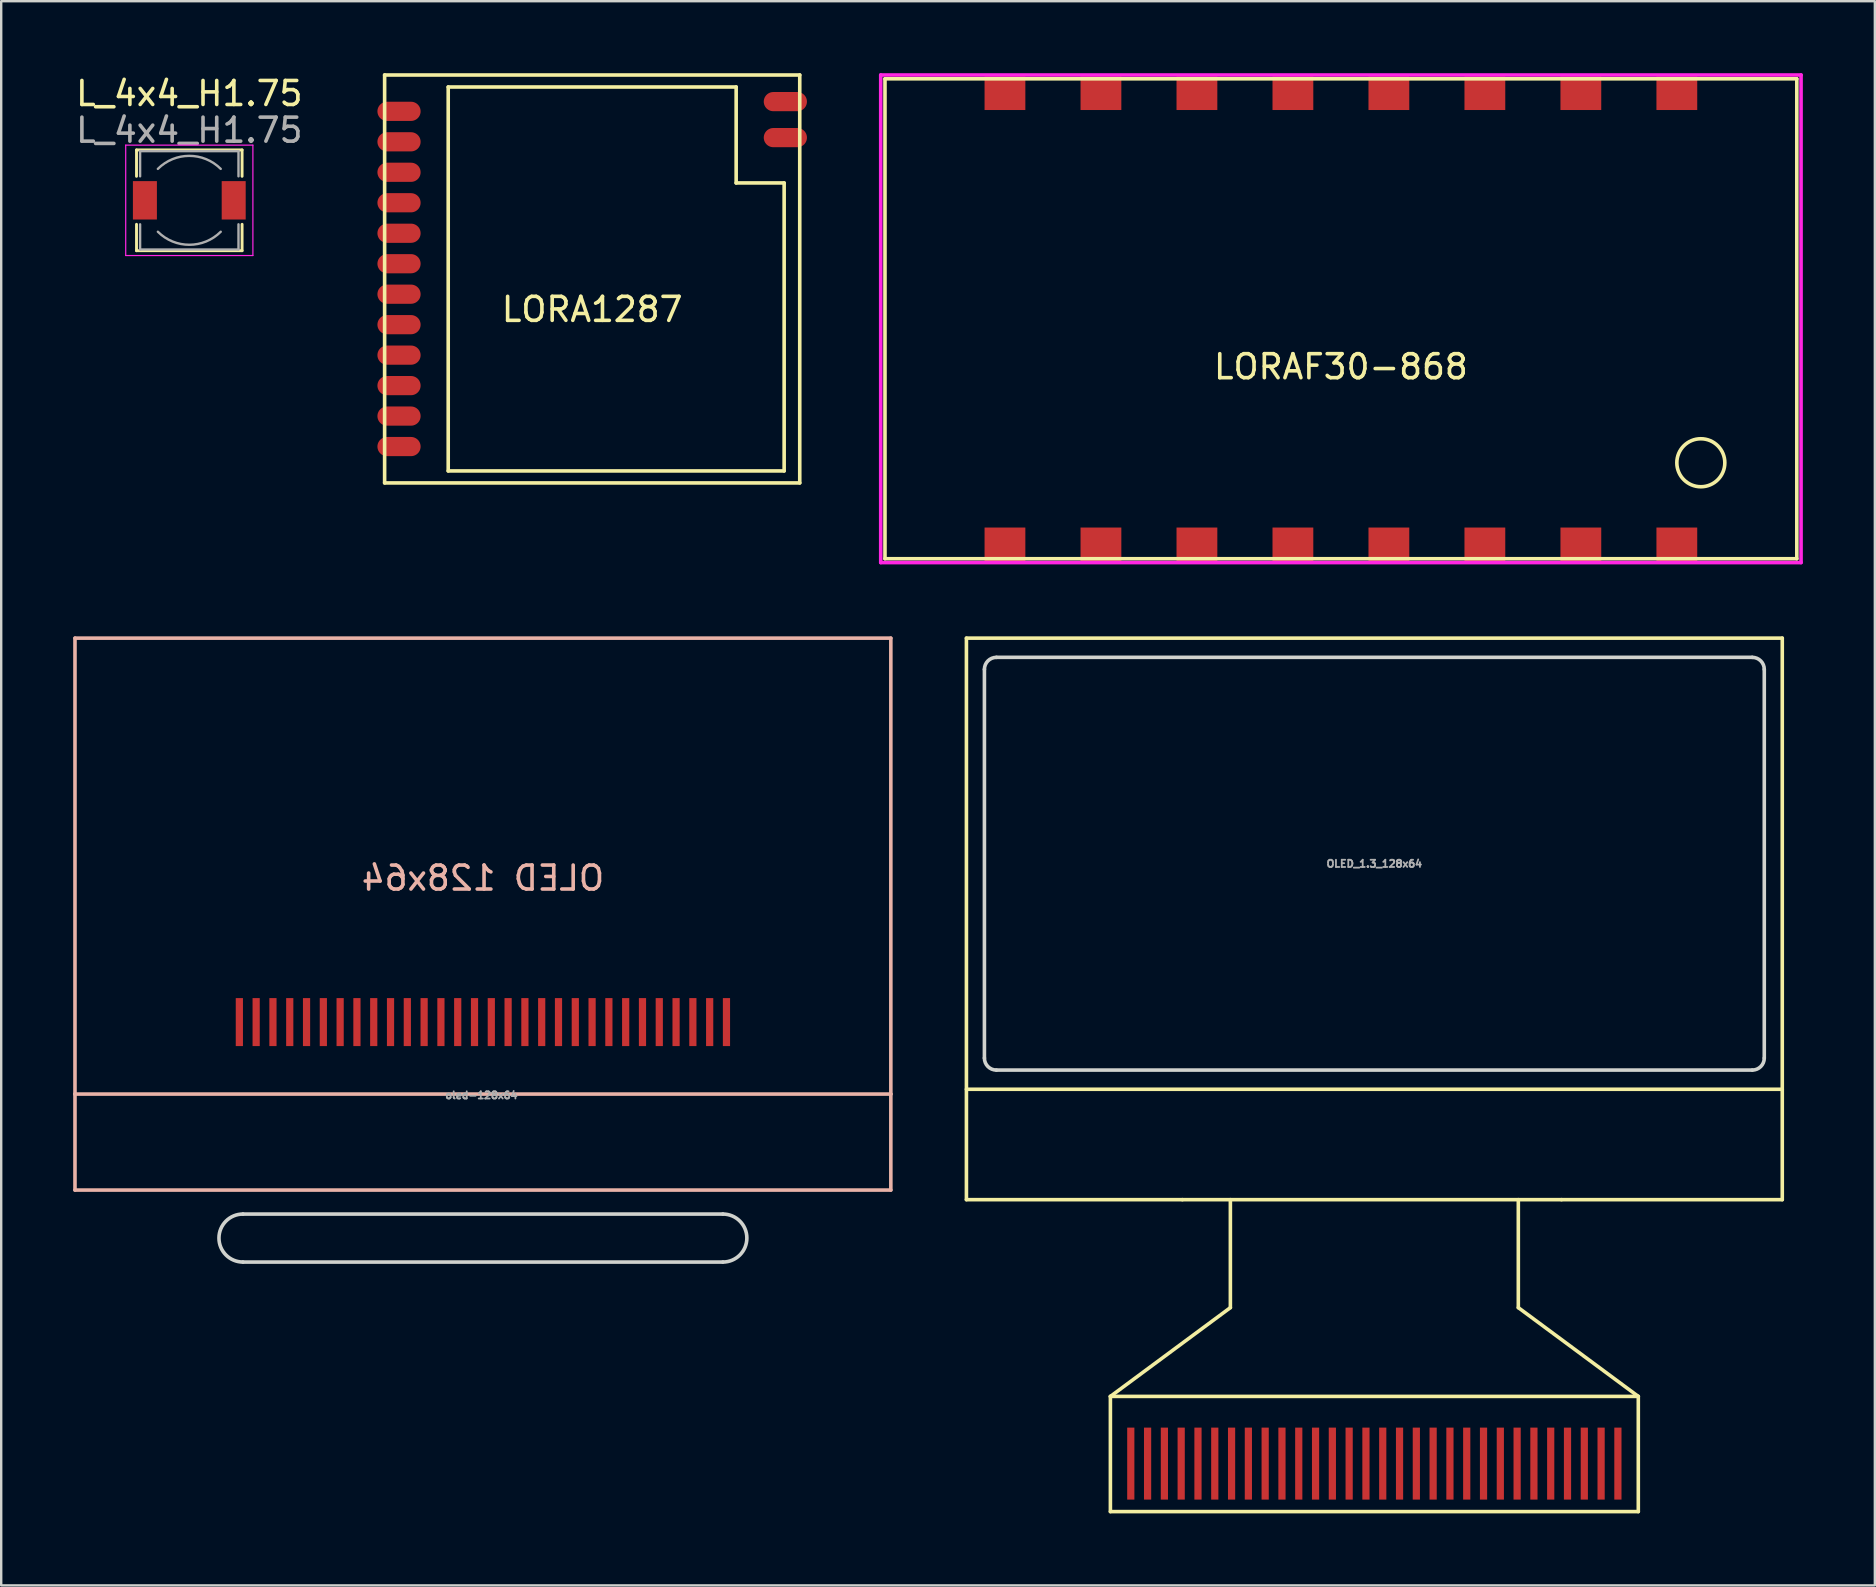
<source format=kicad_pcb>
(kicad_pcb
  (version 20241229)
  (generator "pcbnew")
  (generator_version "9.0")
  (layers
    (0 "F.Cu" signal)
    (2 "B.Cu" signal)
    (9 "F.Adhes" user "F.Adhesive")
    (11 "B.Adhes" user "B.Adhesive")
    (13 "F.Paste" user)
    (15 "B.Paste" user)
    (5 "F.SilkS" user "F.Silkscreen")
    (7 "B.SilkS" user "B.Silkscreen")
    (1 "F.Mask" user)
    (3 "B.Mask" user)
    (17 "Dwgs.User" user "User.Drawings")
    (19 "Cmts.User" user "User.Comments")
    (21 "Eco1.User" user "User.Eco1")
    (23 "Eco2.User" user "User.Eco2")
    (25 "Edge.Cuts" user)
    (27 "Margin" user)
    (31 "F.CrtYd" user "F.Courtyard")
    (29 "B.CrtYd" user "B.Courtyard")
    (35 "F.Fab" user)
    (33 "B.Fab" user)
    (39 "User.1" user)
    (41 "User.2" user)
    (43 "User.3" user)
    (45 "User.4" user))
  (footprint "L_4x4_H1.75"
    (layer "F.Cu")
    (at 4.839 5.298)
    (property "Reference" "L_4x4_H1.75" (at 0 -4.45 0) (layer "F.SilkS") (effects (font (size 1 1) (thickness 0.15))))
    (attr smd)
    (fp_line (start -2.2 -2.1) (end 2.2 -2.1) (stroke (width 0.12) (type solid)) (layer "F.SilkS"))
    (fp_line (start -2.2 -1) (end -2.2 -2.1) (stroke (width 0.12) (type solid)) (layer "F.SilkS"))
    (fp_line (start -2.2 2.1) (end -2.2 1) (stroke (width 0.12) (type solid)) (layer "F.SilkS"))
    (fp_line (start 2.2 -2.1) (end 2.2 -1) (stroke (width 0.12) (type solid)) (layer "F.SilkS"))
    (fp_line (start 2.2 1) (end 2.2 2.1) (stroke (width 0.12) (type solid)) (layer "F.SilkS"))
    (fp_line (start 2.2 2.1) (end -2.2 2.1) (stroke (width 0.12) (type solid)) (layer "F.SilkS"))
    (fp_line (start -2.65 -2.3) (end -2.65 2.3) (stroke (width 0.05) (type solid)) (layer "F.CrtYd"))
    (fp_line (start -2.65 2.3) (end 2.65 2.3) (stroke (width 0.05) (type solid)) (layer "F.CrtYd"))
    (fp_line (start 2.65 -2.3) (end -2.65 -2.3) (stroke (width 0.05) (type solid)) (layer "F.CrtYd"))
    (fp_line (start 2.65 2.3) (end 2.65 -2.3) (stroke (width 0.05) (type solid)) (layer "F.CrtYd"))
    (fp_line (start -2.05 -2.05) (end -2.05 -1) (stroke (width 0.1) (type solid)) (layer "F.Fab"))
    (fp_line (start -2.05 -2.05) (end 2.05 -2.05) (stroke (width 0.1) (type solid)) (layer "F.Fab"))
    (fp_line (start -2.05 2.05) (end -2.05 1) (stroke (width 0.1) (type solid)) (layer "F.Fab"))
    (fp_line (start -2.05 2.05) (end 2.05 2.05) (stroke (width 0.1) (type solid)) (layer "F.Fab"))
    (fp_line (start 2.05 -2.05) (end 2.05 -1) (stroke (width 0.1) (type solid)) (layer "F.Fab"))
    (fp_line (start 2.05 2.05) (end 2.05 1) (stroke (width 0.1) (type solid)) (layer "F.Fab"))
    (fp_arc (start -1.31 -1.31) (mid 0 -1.85262) (end 1.31 -1.31) (stroke (width 0.1) (type solid)) (layer "F.Fab"))
    (fp_arc (start 1.31 1.31) (mid 0 1.85262) (end -1.31 1.31) (stroke (width 0.1) (type solid)) (layer "F.Fab"))
    (fp_text user "${REFERENCE}" (at 0 -2.921 0) (layer "F.Fab") (effects (font (size 1 1) (thickness 0.15))))
    (pad "1" smd rect (at -1.85 0) (size 1 1.6) (layers "F.Cu" "F.Mask" "F.Paste"))
    (pad "2" smd rect (at 1.85 0) (size 1 1.6) (layers "F.Cu" "F.Mask" "F.Paste")))
  (footprint "OLED_1.3_128x64"
    (layer "F.Cu")
    (at 54.225 32.945)
    (property "Reference" "OLED_1.3_128x64" (at 0 0 0) (layer "F.Fab") (effects (font (size 0.3 0.3) (thickness 0.075))))
    (attr smd)
    (fp_line (start -17 -9.4) (end 17 -9.4) (stroke (width 0.15) (type solid)) (layer "F.SilkS"))
    (fp_line (start -17 14) (end -17 -9.4) (stroke (width 0.15) (type solid)) (layer "F.SilkS"))
    (fp_line (start -11 22.2) (end -6 18.5) (stroke (width 0.15) (type solid)) (layer "F.SilkS"))
    (fp_line (start -11 27) (end -11 22.2) (stroke (width 0.15) (type solid)) (layer "F.SilkS"))
    (fp_line (start -8 14) (end -17 14) (stroke (width 0.15) (type solid)) (layer "F.SilkS"))
    (fp_line (start -8 14) (end 7.8 14) (stroke (width 0.15) (type solid)) (layer "F.SilkS"))
    (fp_line (start -6 18.5) (end -6 14) (stroke (width 0.15) (type solid)) (layer "F.SilkS"))
    (fp_line (start 6 18.5) (end 6 14) (stroke (width 0.15) (type solid)) (layer "F.SilkS"))
    (fp_line (start 6 18.5) (end 11 22.2) (stroke (width 0.15) (type solid)) (layer "F.SilkS"))
    (fp_line (start 11 22.2) (end -11 22.2) (stroke (width 0.15) (type solid)) (layer "F.SilkS"))
    (fp_line (start 11 22.2) (end 11 27) (stroke (width 0.15) (type solid)) (layer "F.SilkS"))
    (fp_line (start 11 27) (end -11 27) (stroke (width 0.15) (type solid)) (layer "F.SilkS"))
    (fp_line (start 17 -9.4) (end 17 14) (stroke (width 0.15) (type solid)) (layer "F.SilkS"))
    (fp_line (start 17 9.4) (end -17 9.4) (stroke (width 0.15) (type solid)) (layer "F.SilkS"))
    (fp_line (start 17 14) (end 7.8 14) (stroke (width 0.15) (type solid)) (layer "F.SilkS"))
    (fp_line (start -16.25 8.1) (end -16.25 -8.1) (stroke (width 0.15) (type solid)) (layer "Edge.Cuts"))
    (fp_line (start -15.75 -8.6) (end 15.75 -8.6) (stroke (width 0.15) (type solid)) (layer "Edge.Cuts"))
    (fp_line (start 15.75 8.6) (end -15.75 8.6) (stroke (width 0.15) (type solid)) (layer "Edge.Cuts"))
    (fp_line (start 16.25 -8.1) (end 16.25 8.1) (stroke (width 0.15) (type solid)) (layer "Edge.Cuts"))
    (fp_arc (start -16.25 -8.1) (mid -16.103553 -8.453553) (end -15.75 -8.6) (stroke (width 0.15) (type solid)) (layer "Edge.Cuts"))
    (fp_arc (start -15.75 8.6) (mid -16.103553 8.453553) (end -16.25 8.1) (stroke (width 0.15) (type solid)) (layer "Edge.Cuts"))
    (fp_arc (start 15.75 -8.6) (mid 16.103553 -8.453553) (end 16.25 -8.1) (stroke (width 0.15) (type solid)) (layer "Edge.Cuts"))
    (fp_arc (start 16.25 8.1) (mid 16.103553 8.453553) (end 15.75 8.6) (stroke (width 0.15) (type solid)) (layer "Edge.Cuts"))
    (pad "1" smd rect (at 10.15 25 180) (size 0.3 3) (layers "F.Cu" "F.Mask" "F.Paste"))
    (pad "2" smd rect (at 9.45 25 180) (size 0.3 3) (layers "F.Cu" "F.Mask" "F.Paste"))
    (pad "3" smd rect (at 8.75 25 180) (size 0.3 3) (layers "F.Cu" "F.Mask" "F.Paste"))
    (pad "4" smd rect (at 8.05 25 180) (size 0.3 3) (layers "F.Cu" "F.Mask" "F.Paste"))
    (pad "5" smd rect (at 7.35 25 180) (size 0.3 3) (layers "F.Cu" "F.Mask" "F.Paste"))
    (pad "6" smd rect (at 6.65 25 180) (size 0.3 3) (layers "F.Cu" "F.Mask" "F.Paste"))
    (pad "7" smd rect (at 5.95 25 180) (size 0.3 3) (layers "F.Cu" "F.Mask" "F.Paste"))
    (pad "8" smd rect (at 5.25 25 180) (size 0.3 3) (layers "F.Cu" "F.Mask" "F.Paste"))
    (pad "9" smd rect (at 4.55 25 180) (size 0.3 3) (layers "F.Cu" "F.Mask" "F.Paste"))
    (pad "10" smd rect (at 3.85 25 180) (size 0.3 3) (layers "F.Cu" "F.Mask" "F.Paste"))
    (pad "11" smd rect (at 3.15 25 180) (size 0.3 3) (layers "F.Cu" "F.Mask" "F.Paste"))
    (pad "12" smd rect (at 2.45 25 180) (size 0.3 3) (layers "F.Cu" "F.Mask" "F.Paste"))
    (pad "13" smd rect (at 1.75 25 180) (size 0.3 3) (layers "F.Cu" "F.Mask" "F.Paste"))
    (pad "14" smd rect (at 1.05 25 180) (size 0.3 3) (layers "F.Cu" "F.Mask" "F.Paste"))
    (pad "15" smd rect (at 0.35 25 180) (size 0.3 3) (layers "F.Cu" "F.Mask" "F.Paste"))
    (pad "16" smd rect (at -0.35 25 180) (size 0.3 3) (layers "F.Cu" "F.Mask" "F.Paste"))
    (pad "17" smd rect (at -1.05 25 180) (size 0.3 3) (layers "F.Cu" "F.Mask" "F.Paste"))
    (pad "18" smd rect (at -1.75 25 180) (size 0.3 3) (layers "F.Cu" "F.Mask" "F.Paste"))
    (pad "19" smd rect (at -2.45 25 180) (size 0.3 3) (layers "F.Cu" "F.Mask" "F.Paste"))
    (pad "20" smd rect (at -3.15 25 180) (size 0.3 3) (layers "F.Cu" "F.Mask" "F.Paste"))
    (pad "21" smd rect (at -3.85 25 180) (size 0.3 3) (layers "F.Cu" "F.Mask" "F.Paste"))
    (pad "22" smd rect (at -4.55 25 180) (size 0.3 3) (layers "F.Cu" "F.Mask" "F.Paste"))
    (pad "23" smd rect (at -5.25 25 180) (size 0.3 3) (layers "F.Cu" "F.Mask" "F.Paste"))
    (pad "24" smd rect (at -5.95 25 180) (size 0.3 3) (layers "F.Cu" "F.Mask" "F.Paste"))
    (pad "25" smd rect (at -6.65 25 180) (size 0.3 3) (layers "F.Cu" "F.Mask" "F.Paste"))
    (pad "26" smd rect (at -7.35 25 180) (size 0.3 3) (layers "F.Cu" "F.Mask" "F.Paste"))
    (pad "27" smd rect (at -8.05 25 180) (size 0.3 3) (layers "F.Cu" "F.Mask" "F.Paste"))
    (pad "28" smd rect (at -8.75 25 180) (size 0.3 3) (layers "F.Cu" "F.Mask" "F.Paste"))
    (pad "29" smd rect (at -9.45 25 180) (size 0.3 3) (layers "F.Cu" "F.Mask" "F.Paste"))
    (pad "30" smd rect (at -10.15 25 180) (size 0.3 3) (layers "F.Cu" "F.Mask" "F.Paste")))
  (footprint "LORA1287"
    (layer "F.Cu")
    (at 21.629 8.575)
    (property "Reference" "LORA1287" (at 0 1.27 0) (layer "F.SilkS") (effects (font (size 1 1) (thickness 0.15))))
    (attr smd)
    (fp_line (start -8.65 -8.5) (end 8.65 -8.5) (stroke (width 0.15) (type solid)) (layer "F.SilkS"))
    (fp_line (start -8.65 8.5) (end -8.65 -8.5) (stroke (width 0.15) (type solid)) (layer "F.SilkS"))
    (fp_line (start -6 -8) (end -6 8) (stroke (width 0.15) (type solid)) (layer "F.SilkS"))
    (fp_line (start -6 8) (end 8 8) (stroke (width 0.15) (type solid)) (layer "F.SilkS"))
    (fp_line (start 6 -8) (end -6 -8) (stroke (width 0.15) (type solid)) (layer "F.SilkS"))
    (fp_line (start 6 -4) (end 6 -8) (stroke (width 0.15) (type solid)) (layer "F.SilkS"))
    (fp_line (start 8 -4) (end 6 -4) (stroke (width 0.15) (type solid)) (layer "F.SilkS"))
    (fp_line (start 8 8) (end 8 -4) (stroke (width 0.15) (type solid)) (layer "F.SilkS"))
    (fp_line (start 8.65 -8.5) (end 8.65 8.5) (stroke (width 0.15) (type solid)) (layer "F.SilkS"))
    (fp_line (start 8.65 8.5) (end -8.65 8.5) (stroke (width 0.15) (type solid)) (layer "F.SilkS"))
    (pad "1" smd oval (at -8.05 -6.985) (size 1.8 0.8) (layers "F.Cu" "F.Mask" "F.Paste"))
    (pad "2" smd oval (at -8.05 -5.715) (size 1.8 0.8) (layers "F.Cu" "F.Mask" "F.Paste"))
    (pad "3" smd oval (at -8.05 -4.445) (size 1.8 0.8) (layers "F.Cu" "F.Mask" "F.Paste"))
    (pad "4" smd oval (at -8.05 -3.175) (size 1.8 0.8) (layers "F.Cu" "F.Mask" "F.Paste"))
    (pad "5" smd oval (at -8.05 -1.905) (size 1.8 0.8) (layers "F.Cu" "F.Mask" "F.Paste"))
    (pad "6" smd oval (at -8.05 -0.635) (size 1.8 0.8) (layers "F.Cu" "F.Mask" "F.Paste"))
    (pad "7" smd oval (at -8.05 0.635) (size 1.8 0.8) (layers "F.Cu" "F.Mask" "F.Paste"))
    (pad "8" smd oval (at -8.05 1.905) (size 1.8 0.8) (layers "F.Cu" "F.Mask" "F.Paste"))
    (pad "9" smd oval (at -8.05 3.175) (size 1.8 0.8) (layers "F.Cu" "F.Mask" "F.Paste"))
    (pad "10" smd oval (at -8.05 4.445) (size 1.8 0.8) (layers "F.Cu" "F.Mask" "F.Paste"))
    (pad "11" smd oval (at -8.05 5.715) (size 1.8 0.8) (layers "F.Cu" "F.Mask" "F.Paste"))
    (pad "12" smd oval (at -8.05 6.985) (size 1.8 0.8) (layers "F.Cu" "F.Mask" "F.Paste"))
    (pad "13" smd oval (at 8.05 -7.39) (size 1.8 0.8) (layers "F.Cu" "F.Mask" "F.Paste"))
    (pad "14" smd oval (at 8.05 -5.89) (size 1.8 0.8) (layers "F.Cu" "F.Mask" "F.Paste")))
  (footprint "oled-128x64"
    (layer "F.Cu")
    (at 17.075 44.545)
    (property "Reference" "oled-128x64" (at -0.06 -1.95 0) (layer "F.Fab") (effects (font (size 0.3 0.3) (thickness 0.075))))
    (attr through_hole)
    (fp_line (start -17 -21) (end 17 -21) (stroke (width 0.15) (type solid)) (layer "B.SilkS"))
    (fp_line (start -17 -2) (end -17 -21) (stroke (width 0.15) (type solid)) (layer "B.SilkS"))
    (fp_line (start -17 -2) (end -17 2) (stroke (width 0.15) (type solid)) (layer "B.SilkS"))
    (fp_line (start -17 2) (end 17 2) (stroke (width 0.15) (type solid)) (layer "B.SilkS"))
    (fp_line (start 17 -21) (end 17 -2) (stroke (width 0.15) (type solid)) (layer "B.SilkS"))
    (fp_line (start 17 -2) (end -17 -2) (stroke (width 0.15) (type solid)) (layer "B.SilkS"))
    (fp_line (start 17 2) (end 17 -2) (stroke (width 0.15) (type solid)) (layer "B.SilkS"))
    (fp_line (start -10 3) (end 10 3) (stroke (width 0.15) (type solid)) (layer "Edge.Cuts"))
    (fp_line (start -10 5) (end 10 5) (stroke (width 0.15) (type solid)) (layer "Edge.Cuts"))
    (fp_arc (start -10 5) (mid -11 4) (end -10 3) (stroke (width 0.15) (type solid)) (layer "Edge.Cuts"))
    (fp_arc (start 10 3) (mid 11 4) (end 10 5) (stroke (width 0.15) (type solid)) (layer "Edge.Cuts"))
    (fp_text user "OLED 128x64" (at 0 -11 0) (layer "B.SilkS") (effects (font (size 1 1) (thickness 0.15)) (justify mirror)))
    (pad "1" smd rect (at 10.15 -5 180) (size 0.3 2) (layers "F.Cu" "F.Mask" "F.Paste"))
    (pad "2" smd rect (at 9.45 -5 180) (size 0.3 2) (layers "F.Cu" "F.Mask" "F.Paste"))
    (pad "3" smd rect (at 8.75 -5 180) (size 0.3 2) (layers "F.Cu" "F.Mask" "F.Paste"))
    (pad "4" smd rect (at 8.05 -5 180) (size 0.3 2) (layers "F.Cu" "F.Mask" "F.Paste"))
    (pad "5" smd rect (at 7.35 -5 180) (size 0.3 2) (layers "F.Cu" "F.Mask" "F.Paste"))
    (pad "6" smd rect (at 6.65 -5 180) (size 0.3 2) (layers "F.Cu" "F.Mask" "F.Paste"))
    (pad "7" smd rect (at 5.95 -5 180) (size 0.3 2) (layers "F.Cu" "F.Mask" "F.Paste"))
    (pad "8" smd rect (at 5.25 -5 180) (size 0.3 2) (layers "F.Cu" "F.Mask" "F.Paste"))
    (pad "9" smd rect (at 4.55 -5 180) (size 0.3 2) (layers "F.Cu" "F.Mask" "F.Paste"))
    (pad "10" smd rect (at 3.85 -5 180) (size 0.3 2) (layers "F.Cu" "F.Mask" "F.Paste"))
    (pad "11" smd rect (at 3.15 -5 180) (size 0.3 2) (layers "F.Cu" "F.Mask" "F.Paste"))
    (pad "12" smd rect (at 2.45 -5 180) (size 0.3 2) (layers "F.Cu" "F.Mask" "F.Paste"))
    (pad "13" smd rect (at 1.75 -5 180) (size 0.3 2) (layers "F.Cu" "F.Mask" "F.Paste"))
    (pad "14" smd rect (at 1.05 -5 180) (size 0.3 2) (layers "F.Cu" "F.Mask" "F.Paste"))
    (pad "15" smd rect (at 0.35 -5 180) (size 0.3 2) (layers "F.Cu" "F.Mask" "F.Paste"))
    (pad "16" smd rect (at -0.35 -5 180) (size 0.3 2) (layers "F.Cu" "F.Mask" "F.Paste"))
    (pad "17" smd rect (at -1.05 -5 180) (size 0.3 2) (layers "F.Cu" "F.Mask" "F.Paste"))
    (pad "18" smd rect (at -1.75 -5 180) (size 0.3 2) (layers "F.Cu" "F.Mask" "F.Paste"))
    (pad "19" smd rect (at -2.45 -5 180) (size 0.3 2) (layers "F.Cu" "F.Mask" "F.Paste"))
    (pad "20" smd rect (at -3.15 -5 180) (size 0.3 2) (layers "F.Cu" "F.Mask" "F.Paste"))
    (pad "21" smd rect (at -3.85 -5 180) (size 0.3 2) (layers "F.Cu" "F.Mask" "F.Paste"))
    (pad "22" smd rect (at -4.55 -5 180) (size 0.3 2) (layers "F.Cu" "F.Mask" "F.Paste"))
    (pad "23" smd rect (at -5.25 -5 180) (size 0.3 2) (layers "F.Cu" "F.Mask" "F.Paste"))
    (pad "24" smd rect (at -5.95 -5 180) (size 0.3 2) (layers "F.Cu" "F.Mask" "F.Paste"))
    (pad "25" smd rect (at -6.65 -5 180) (size 0.3 2) (layers "F.Cu" "F.Mask" "F.Paste"))
    (pad "26" smd rect (at -7.35 -5 180) (size 0.3 2) (layers "F.Cu" "F.Mask" "F.Paste"))
    (pad "27" smd rect (at -8.05 -5 180) (size 0.3 2) (layers "F.Cu" "F.Mask" "F.Paste"))
    (pad "28" smd rect (at -8.75 -5 180) (size 0.3 2) (layers "F.Cu" "F.Mask" "F.Paste"))
    (pad "29" smd rect (at -9.45 -5 180) (size 0.3 2) (layers "F.Cu" "F.Mask" "F.Paste"))
    (pad "30" smd rect (at -10.15 -5 180) (size 0.3 2) (layers "F.Cu" "F.Mask" "F.Paste")))
  (footprint "LORAF30-868"
    (layer "F.Cu")
    (at 52.831 10.235)
    (property "Reference" "LORAF30-868" (at 0 2 0) (layer "F.SilkS") (effects (font (size 1 1) (thickness 0.15))))
    (attr smd)
    (fp_line (start -19 -10) (end 19 -10) (stroke (width 0.15) (type solid)) (layer "F.SilkS"))
    (fp_line (start -19 10) (end -19 -10) (stroke (width 0.15) (type solid)) (layer "F.SilkS"))
    (fp_line (start 19 -10) (end 19 10) (stroke (width 0.15) (type solid)) (layer "F.SilkS"))
    (fp_line (start 19 10) (end -19 10) (stroke (width 0.15) (type solid)) (layer "F.SilkS"))
    (fp_circle (center 15 6) (end 15 7) (stroke (width 0.15) (type solid)) (fill no) (layer "F.SilkS"))
    (fp_line (start -19.177 -10.16) (end 19.177 -10.16) (stroke (width 0.15) (type solid)) (layer "F.CrtYd"))
    (fp_line (start -19.177 10.16) (end -19.177 -10.16) (stroke (width 0.15) (type solid)) (layer "F.CrtYd"))
    (fp_line (start 19.177 -10.16) (end 19.177 10.16) (stroke (width 0.15) (type solid)) (layer "F.CrtYd"))
    (fp_line (start 19.177 10.16) (end -19.177 10.16) (stroke (width 0.15) (type solid)) (layer "F.CrtYd"))
    (pad "1" smd rect (at 14 9.4) (size 1.7 1.4) (layers "F.Cu" "F.Mask" "F.Paste"))
    (pad "2" smd rect (at 10 9.4) (size 1.7 1.4) (layers "F.Cu" "F.Mask" "F.Paste"))
    (pad "3" smd rect (at 6 9.4) (size 1.7 1.4) (layers "F.Cu" "F.Mask" "F.Paste"))
    (pad "4" smd rect (at 2 9.4) (size 1.7 1.4) (layers "F.Cu" "F.Mask" "F.Paste"))
    (pad "5" smd rect (at -2 9.4) (size 1.7 1.4) (layers "F.Cu" "F.Mask" "F.Paste"))
    (pad "6" smd rect (at -6 9.4) (size 1.7 1.4) (layers "F.Cu" "F.Mask" "F.Paste"))
    (pad "7" smd rect (at -10 9.4) (size 1.7 1.4) (layers "F.Cu" "F.Mask" "F.Paste"))
    (pad "8" smd rect (at -14 9.4) (size 1.7 1.4) (layers "F.Cu" "F.Mask" "F.Paste"))
    (pad "9" smd rect (at -14 -9.4) (size 1.7 1.4) (layers "F.Cu" "F.Mask" "F.Paste"))
    (pad "10" smd rect (at -10 -9.4) (size 1.7 1.4) (layers "F.Cu" "F.Mask" "F.Paste"))
    (pad "11" smd rect (at -6 -9.4) (size 1.7 1.4) (layers "F.Cu" "F.Mask" "F.Paste"))
    (pad "12" smd rect (at -2 -9.4) (size 1.7 1.4) (layers "F.Cu" "F.Mask" "F.Paste"))
    (pad "13" smd rect (at 2 -9.4) (size 1.7 1.4) (layers "F.Cu" "F.Mask" "F.Paste"))
    (pad "14" smd rect (at 6 -9.4) (size 1.7 1.4) (layers "F.Cu" "F.Mask" "F.Paste"))
    (pad "15" smd rect (at 10 -9.4) (size 1.7 1.4) (layers "F.Cu" "F.Mask" "F.Paste"))
    (pad "16" smd rect (at 14 -9.4) (size 1.7 1.4) (layers "F.Cu" "F.Mask" "F.Paste")))
  (gr_rect
    (start -3 -3)
    (end 75.083 63.02)
    (stroke (width 0.1) (type default))
    (fill no)
    (layer "Edge.Cuts")))
</source>
